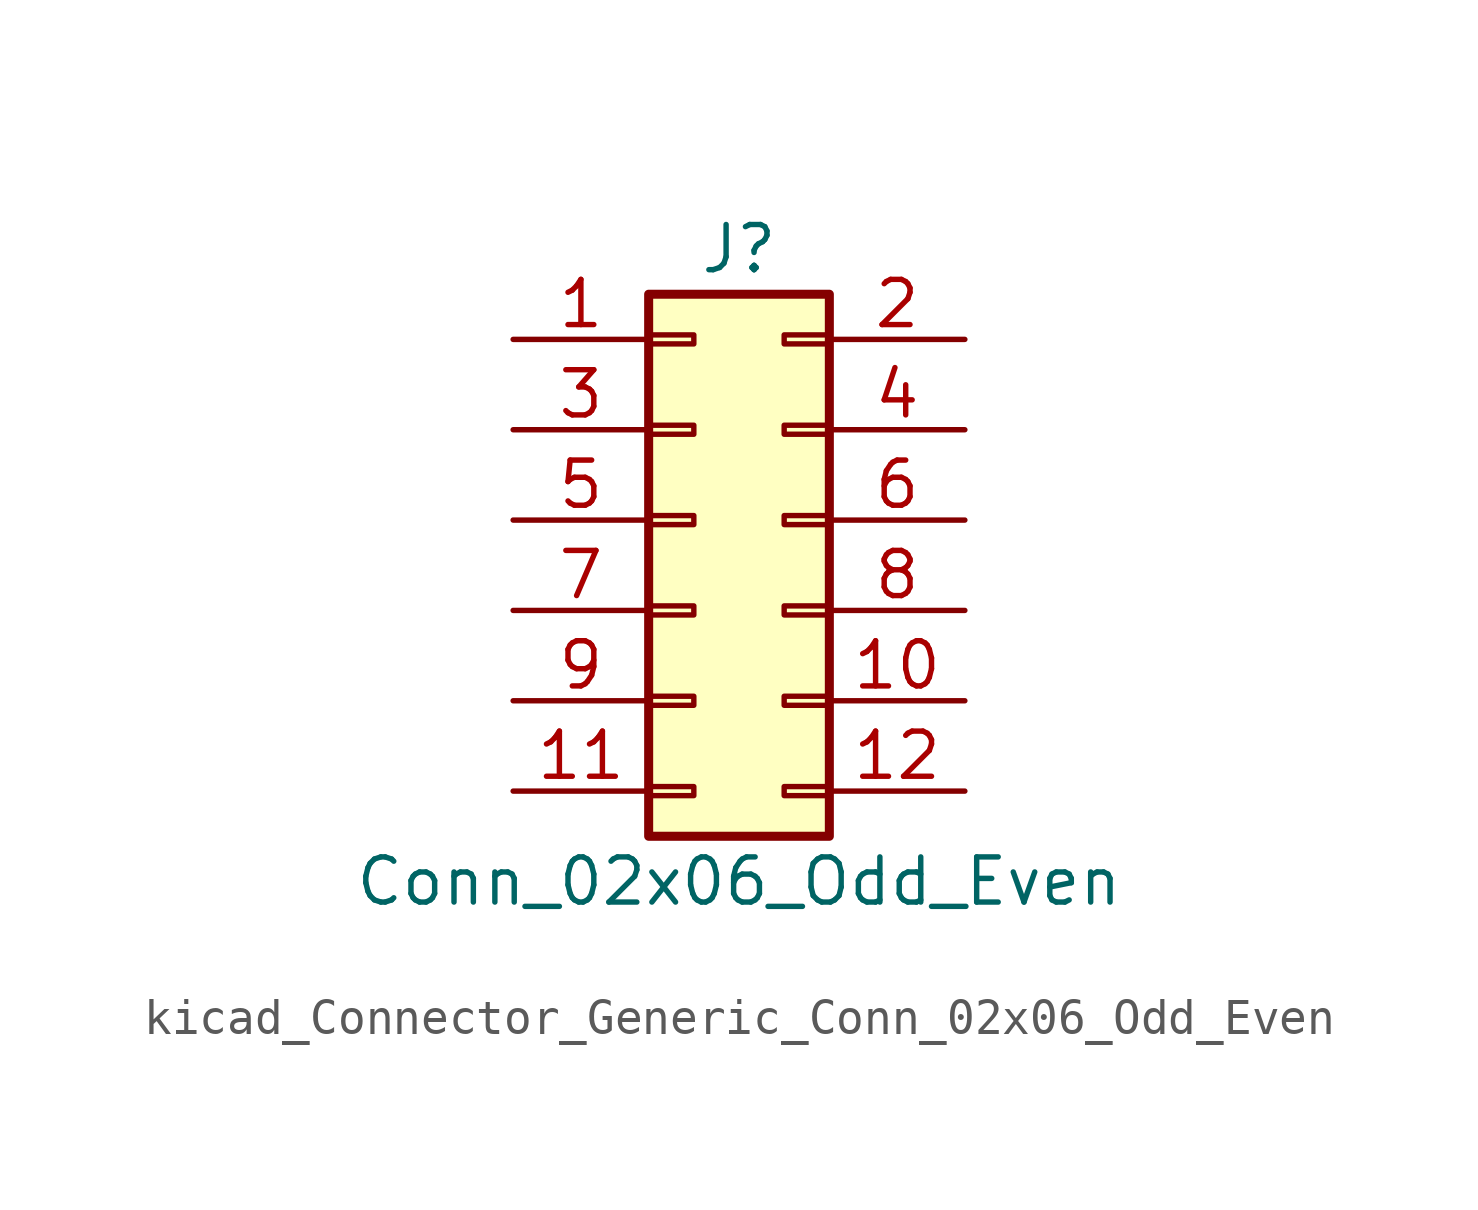
<source format=kicad_sym>
(kicad_symbol_lib
  (version 20220914)
  (generator kicad_symbol_editor)
  (symbol "kicad_Connector_Generic_Conn_02x06_Odd_Even"
    (pin_names
      (offset 1.016) hide)
    (property "Reference" "J"
      (at 1.27 7.62 0)
      (effects (font (size 1.27 1.27))))
    (property "Value" "Conn_02x06_Odd_Even"
      (at 1.27 -10.16 0)
      (effects (font (size 1.27 1.27))))
    (symbol "kicad_Connector_Generic_Conn_02x06_Odd_Even_1_1"
      (rectangle (start -1.27 -7.493) (end 0 -7.747) (stroke (width 0.152) (type default)) (fill (type none)))
      (rectangle (start -1.27 -4.953) (end 0 -5.207) (stroke (width 0.152) (type default)) (fill (type none)))
      (rectangle (start -1.27 -2.413) (end 0 -2.667) (stroke (width 0.152) (type default)) (fill (type none)))
      (rectangle (start -1.27 0.127) (end 0 -0.127) (stroke (width 0.152) (type default)) (fill (type none)))
      (rectangle (start -1.27 2.667) (end 0 2.413) (stroke (width 0.152) (type default)) (fill (type none)))
      (rectangle (start -1.27 5.207) (end 0 4.953) (stroke (width 0.152) (type default)) (fill (type none)))
      (rectangle (start -1.27 6.35) (end 3.81 -8.89) (stroke (width 0.254) (type default)) (fill (type background)))
      (rectangle (start 3.81 -7.493) (end 2.54 -7.747) (stroke (width 0.152) (type default)) (fill (type none)))
      (rectangle (start 3.81 -4.953) (end 2.54 -5.207) (stroke (width 0.152) (type default)) (fill (type none)))
      (rectangle (start 3.81 -2.413) (end 2.54 -2.667) (stroke (width 0.152) (type default)) (fill (type none)))
      (rectangle (start 3.81 0.127) (end 2.54 -0.127) (stroke (width 0.152) (type default)) (fill (type none)))
      (rectangle (start 3.81 2.667) (end 2.54 2.413) (stroke (width 0.152) (type default)) (fill (type none)))
      (rectangle (start 3.81 5.207) (end 2.54 4.953) (stroke (width 0.152) (type default)) (fill (type none)))
      (pin passive line (at -5.08 5.08 0) (length 3.81) (name "Pin_1" (effects (font (size 1.27 1.27)))) (number "1" (effects (font (size 1.27 1.27)))))
      (pin passive line (at 7.62 -5.08 180) (length 3.81) (name "Pin_10" (effects (font (size 1.27 1.27)))) (number "10" (effects (font (size 1.27 1.27)))))
      (pin passive line (at -5.08 -7.62 0) (length 3.81) (name "Pin_11" (effects (font (size 1.27 1.27)))) (number "11" (effects (font (size 1.27 1.27)))))
      (pin passive line (at 7.62 -7.62 180) (length 3.81) (name "Pin_12" (effects (font (size 1.27 1.27)))) (number "12" (effects (font (size 1.27 1.27)))))
      (pin passive line (at 7.62 5.08 180) (length 3.81) (name "Pin_2" (effects (font (size 1.27 1.27)))) (number "2" (effects (font (size 1.27 1.27)))))
      (pin passive line (at -5.08 2.54 0) (length 3.81) (name "Pin_3" (effects (font (size 1.27 1.27)))) (number "3" (effects (font (size 1.27 1.27)))))
      (pin passive line (at 7.62 2.54 180) (length 3.81) (name "Pin_4" (effects (font (size 1.27 1.27)))) (number "4" (effects (font (size 1.27 1.27)))))
      (pin passive line (at -5.08 0 0) (length 3.81) (name "Pin_5" (effects (font (size 1.27 1.27)))) (number "5" (effects (font (size 1.27 1.27)))))
      (pin passive line (at 7.62 0 180) (length 3.81) (name "Pin_6" (effects (font (size 1.27 1.27)))) (number "6" (effects (font (size 1.27 1.27)))))
      (pin passive line (at -5.08 -2.54 0) (length 3.81) (name "Pin_7" (effects (font (size 1.27 1.27)))) (number "7" (effects (font (size 1.27 1.27)))))
      (pin passive line (at 7.62 -2.54 180) (length 3.81) (name "Pin_8" (effects (font (size 1.27 1.27)))) (number "8" (effects (font (size 1.27 1.27)))))
      (pin passive line (at -5.08 -5.08 0) (length 3.81) (name "Pin_9" (effects (font (size 1.27 1.27)))) (number "9" (effects (font (size 1.27 1.27))))))))
</source>
